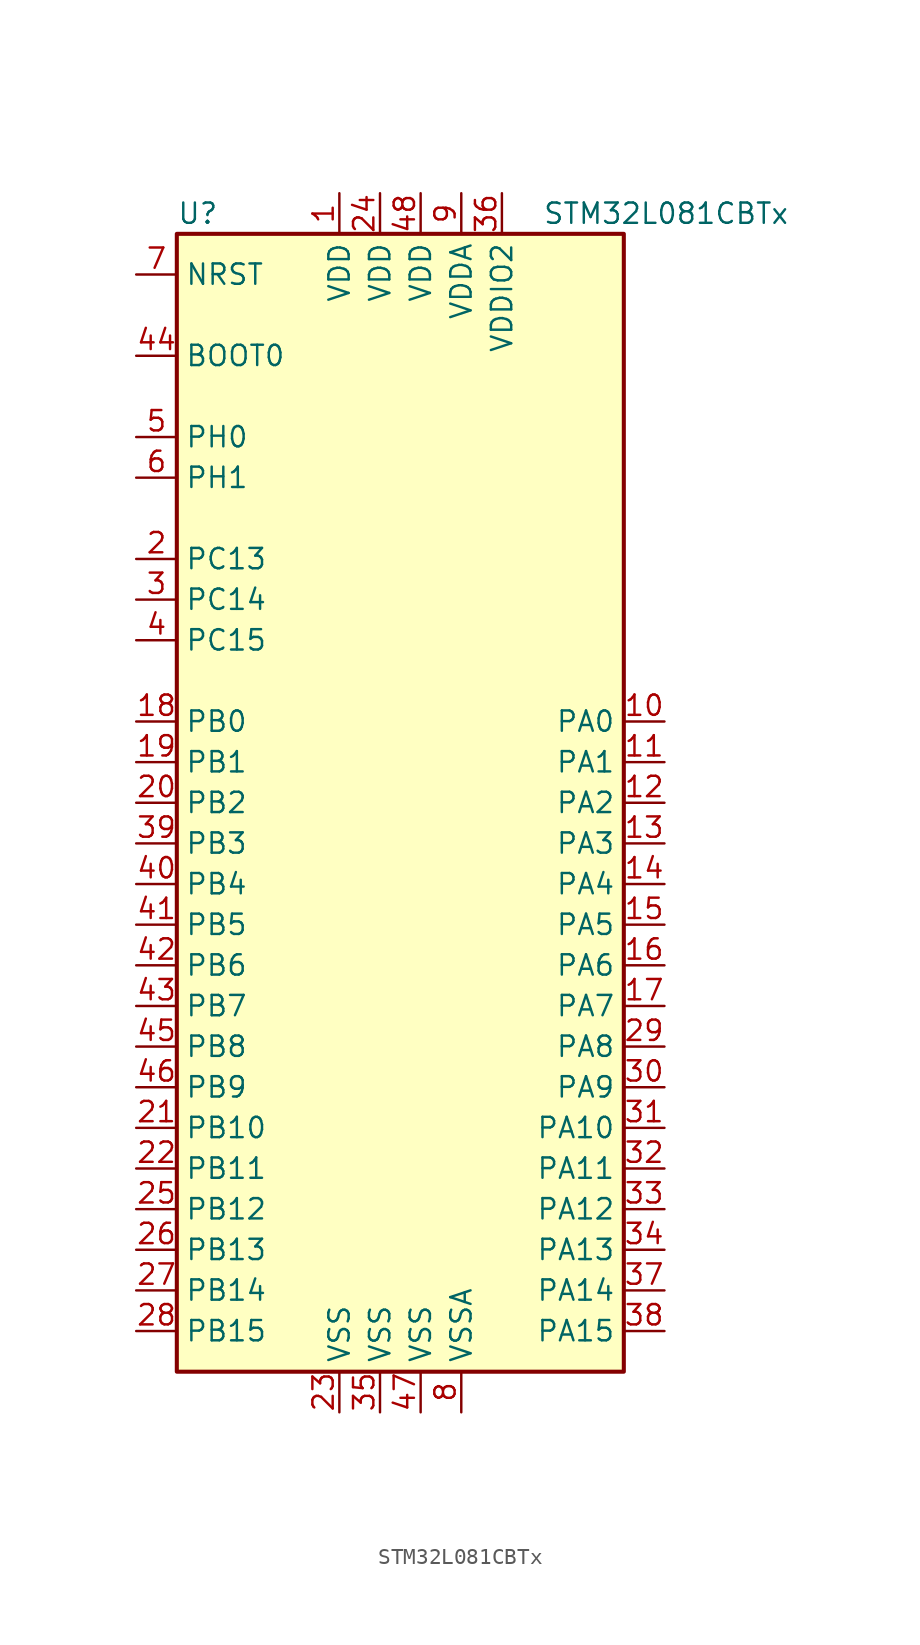
<source format=kicad_sym>
(kicad_symbol_lib
  (version 20201005)
  (generator kicad_symbol_editor)
  (symbol "STM32L081CBTx"
    (property "Reference" "U"
      (at -15.24 36.83 0)
      (effects (font (size 1.27 1.27)) (justify left)))
    (property "Value" "STM32L081CBTx"
      (at 7.62 36.83 0)
      (effects (font (size 1.27 1.27)) (justify left)))
    (symbol "STM32L081CBTx_0_1"
      (rectangle (start -15.24 -35.56) (end 12.7 35.56) (stroke (width 0.254)) (fill (type background))))
    (symbol "STM32L081CBTx_1_1"
      (pin input line (at -17.78 27.94 0) (length 2.54) (name "BOOT0" (effects (font (size 1.27 1.27)))) (number "44" (effects (font (size 1.27 1.27)))))
      (pin input line (at -17.78 33.02 0) (length 2.54) (name "NRST" (effects (font (size 1.27 1.27)))) (number "7" (effects (font (size 1.27 1.27)))))
      (pin bidirectional line (at 15.24 5.08 180) (length 2.54) (name "PA0" (effects (font (size 1.27 1.27)))) (number "10" (effects (font (size 1.27 1.27)))))
      (pin bidirectional line (at 15.24 2.54 180) (length 2.54) (name "PA1" (effects (font (size 1.27 1.27)))) (number "11" (effects (font (size 1.27 1.27)))))
      (pin bidirectional line (at 15.24 -20.32 180) (length 2.54) (name "PA10" (effects (font (size 1.27 1.27)))) (number "31" (effects (font (size 1.27 1.27)))))
      (pin bidirectional line (at 15.24 -22.86 180) (length 2.54) (name "PA11" (effects (font (size 1.27 1.27)))) (number "32" (effects (font (size 1.27 1.27)))))
      (pin bidirectional line (at 15.24 -25.4 180) (length 2.54) (name "PA12" (effects (font (size 1.27 1.27)))) (number "33" (effects (font (size 1.27 1.27)))))
      (pin bidirectional line (at 15.24 -27.94 180) (length 2.54) (name "PA13" (effects (font (size 1.27 1.27)))) (number "34" (effects (font (size 1.27 1.27)))))
      (pin bidirectional line (at 15.24 -30.48 180) (length 2.54) (name "PA14" (effects (font (size 1.27 1.27)))) (number "37" (effects (font (size 1.27 1.27)))))
      (pin bidirectional line (at 15.24 -33.02 180) (length 2.54) (name "PA15" (effects (font (size 1.27 1.27)))) (number "38" (effects (font (size 1.27 1.27)))))
      (pin bidirectional line (at 15.24 0 180) (length 2.54) (name "PA2" (effects (font (size 1.27 1.27)))) (number "12" (effects (font (size 1.27 1.27)))))
      (pin bidirectional line (at 15.24 -2.54 180) (length 2.54) (name "PA3" (effects (font (size 1.27 1.27)))) (number "13" (effects (font (size 1.27 1.27)))))
      (pin bidirectional line (at 15.24 -5.08 180) (length 2.54) (name "PA4" (effects (font (size 1.27 1.27)))) (number "14" (effects (font (size 1.27 1.27)))))
      (pin bidirectional line (at 15.24 -7.62 180) (length 2.54) (name "PA5" (effects (font (size 1.27 1.27)))) (number "15" (effects (font (size 1.27 1.27)))))
      (pin bidirectional line (at 15.24 -10.16 180) (length 2.54) (name "PA6" (effects (font (size 1.27 1.27)))) (number "16" (effects (font (size 1.27 1.27)))))
      (pin bidirectional line (at 15.24 -12.7 180) (length 2.54) (name "PA7" (effects (font (size 1.27 1.27)))) (number "17" (effects (font (size 1.27 1.27)))))
      (pin bidirectional line (at 15.24 -15.24 180) (length 2.54) (name "PA8" (effects (font (size 1.27 1.27)))) (number "29" (effects (font (size 1.27 1.27)))))
      (pin bidirectional line (at 15.24 -17.78 180) (length 2.54) (name "PA9" (effects (font (size 1.27 1.27)))) (number "30" (effects (font (size 1.27 1.27)))))
      (pin bidirectional line (at -17.78 5.08 0) (length 2.54) (name "PB0" (effects (font (size 1.27 1.27)))) (number "18" (effects (font (size 1.27 1.27)))))
      (pin bidirectional line (at -17.78 2.54 0) (length 2.54) (name "PB1" (effects (font (size 1.27 1.27)))) (number "19" (effects (font (size 1.27 1.27)))))
      (pin bidirectional line (at -17.78 -20.32 0) (length 2.54) (name "PB10" (effects (font (size 1.27 1.27)))) (number "21" (effects (font (size 1.27 1.27)))))
      (pin bidirectional line (at -17.78 -22.86 0) (length 2.54) (name "PB11" (effects (font (size 1.27 1.27)))) (number "22" (effects (font (size 1.27 1.27)))))
      (pin bidirectional line (at -17.78 -25.4 0) (length 2.54) (name "PB12" (effects (font (size 1.27 1.27)))) (number "25" (effects (font (size 1.27 1.27)))))
      (pin bidirectional line (at -17.78 -27.94 0) (length 2.54) (name "PB13" (effects (font (size 1.27 1.27)))) (number "26" (effects (font (size 1.27 1.27)))))
      (pin bidirectional line (at -17.78 -30.48 0) (length 2.54) (name "PB14" (effects (font (size 1.27 1.27)))) (number "27" (effects (font (size 1.27 1.27)))))
      (pin bidirectional line (at -17.78 -33.02 0) (length 2.54) (name "PB15" (effects (font (size 1.27 1.27)))) (number "28" (effects (font (size 1.27 1.27)))))
      (pin bidirectional line (at -17.78 0 0) (length 2.54) (name "PB2" (effects (font (size 1.27 1.27)))) (number "20" (effects (font (size 1.27 1.27)))))
      (pin bidirectional line (at -17.78 -2.54 0) (length 2.54) (name "PB3" (effects (font (size 1.27 1.27)))) (number "39" (effects (font (size 1.27 1.27)))))
      (pin bidirectional line (at -17.78 -5.08 0) (length 2.54) (name "PB4" (effects (font (size 1.27 1.27)))) (number "40" (effects (font (size 1.27 1.27)))))
      (pin bidirectional line (at -17.78 -7.62 0) (length 2.54) (name "PB5" (effects (font (size 1.27 1.27)))) (number "41" (effects (font (size 1.27 1.27)))))
      (pin bidirectional line (at -17.78 -10.16 0) (length 2.54) (name "PB6" (effects (font (size 1.27 1.27)))) (number "42" (effects (font (size 1.27 1.27)))))
      (pin bidirectional line (at -17.78 -12.7 0) (length 2.54) (name "PB7" (effects (font (size 1.27 1.27)))) (number "43" (effects (font (size 1.27 1.27)))))
      (pin bidirectional line (at -17.78 -15.24 0) (length 2.54) (name "PB8" (effects (font (size 1.27 1.27)))) (number "45" (effects (font (size 1.27 1.27)))))
      (pin bidirectional line (at -17.78 -17.78 0) (length 2.54) (name "PB9" (effects (font (size 1.27 1.27)))) (number "46" (effects (font (size 1.27 1.27)))))
      (pin bidirectional line (at -17.78 15.24 0) (length 2.54) (name "PC13" (effects (font (size 1.27 1.27)))) (number "2" (effects (font (size 1.27 1.27)))))
      (pin bidirectional line (at -17.78 12.7 0) (length 2.54) (name "PC14" (effects (font (size 1.27 1.27)))) (number "3" (effects (font (size 1.27 1.27)))))
      (pin bidirectional line (at -17.78 10.16 0) (length 2.54) (name "PC15" (effects (font (size 1.27 1.27)))) (number "4" (effects (font (size 1.27 1.27)))))
      (pin input line (at -17.78 22.86 0) (length 2.54) (name "PH0" (effects (font (size 1.27 1.27)))) (number "5" (effects (font (size 1.27 1.27)))))
      (pin input line (at -17.78 20.32 0) (length 2.54) (name "PH1" (effects (font (size 1.27 1.27)))) (number "6" (effects (font (size 1.27 1.27)))))
      (pin power_in line (at -5.08 38.1 270) (length 2.54) (name "VDD" (effects (font (size 1.27 1.27)))) (number "1" (effects (font (size 1.27 1.27)))))
      (pin power_in line (at -2.54 38.1 270) (length 2.54) (name "VDD" (effects (font (size 1.27 1.27)))) (number "24" (effects (font (size 1.27 1.27)))))
      (pin power_in line (at 0 38.1 270) (length 2.54) (name "VDD" (effects (font (size 1.27 1.27)))) (number "48" (effects (font (size 1.27 1.27)))))
      (pin power_in line (at 2.54 38.1 270) (length 2.54) (name "VDDA" (effects (font (size 1.27 1.27)))) (number "9" (effects (font (size 1.27 1.27)))))
      (pin power_in line (at 5.08 38.1 270) (length 2.54) (name "VDDIO2" (effects (font (size 1.27 1.27)))) (number "36" (effects (font (size 1.27 1.27)))))
      (pin power_in line (at -5.08 -38.1 90) (length 2.54) (name "VSS" (effects (font (size 1.27 1.27)))) (number "23" (effects (font (size 1.27 1.27)))))
      (pin power_in line (at -2.54 -38.1 90) (length 2.54) (name "VSS" (effects (font (size 1.27 1.27)))) (number "35" (effects (font (size 1.27 1.27)))))
      (pin power_in line (at 0 -38.1 90) (length 2.54) (name "VSS" (effects (font (size 1.27 1.27)))) (number "47" (effects (font (size 1.27 1.27)))))
      (pin power_in line (at 2.54 -38.1 90) (length 2.54) (name "VSSA" (effects (font (size 1.27 1.27)))) (number "8" (effects (font (size 1.27 1.27))))))))
</source>
